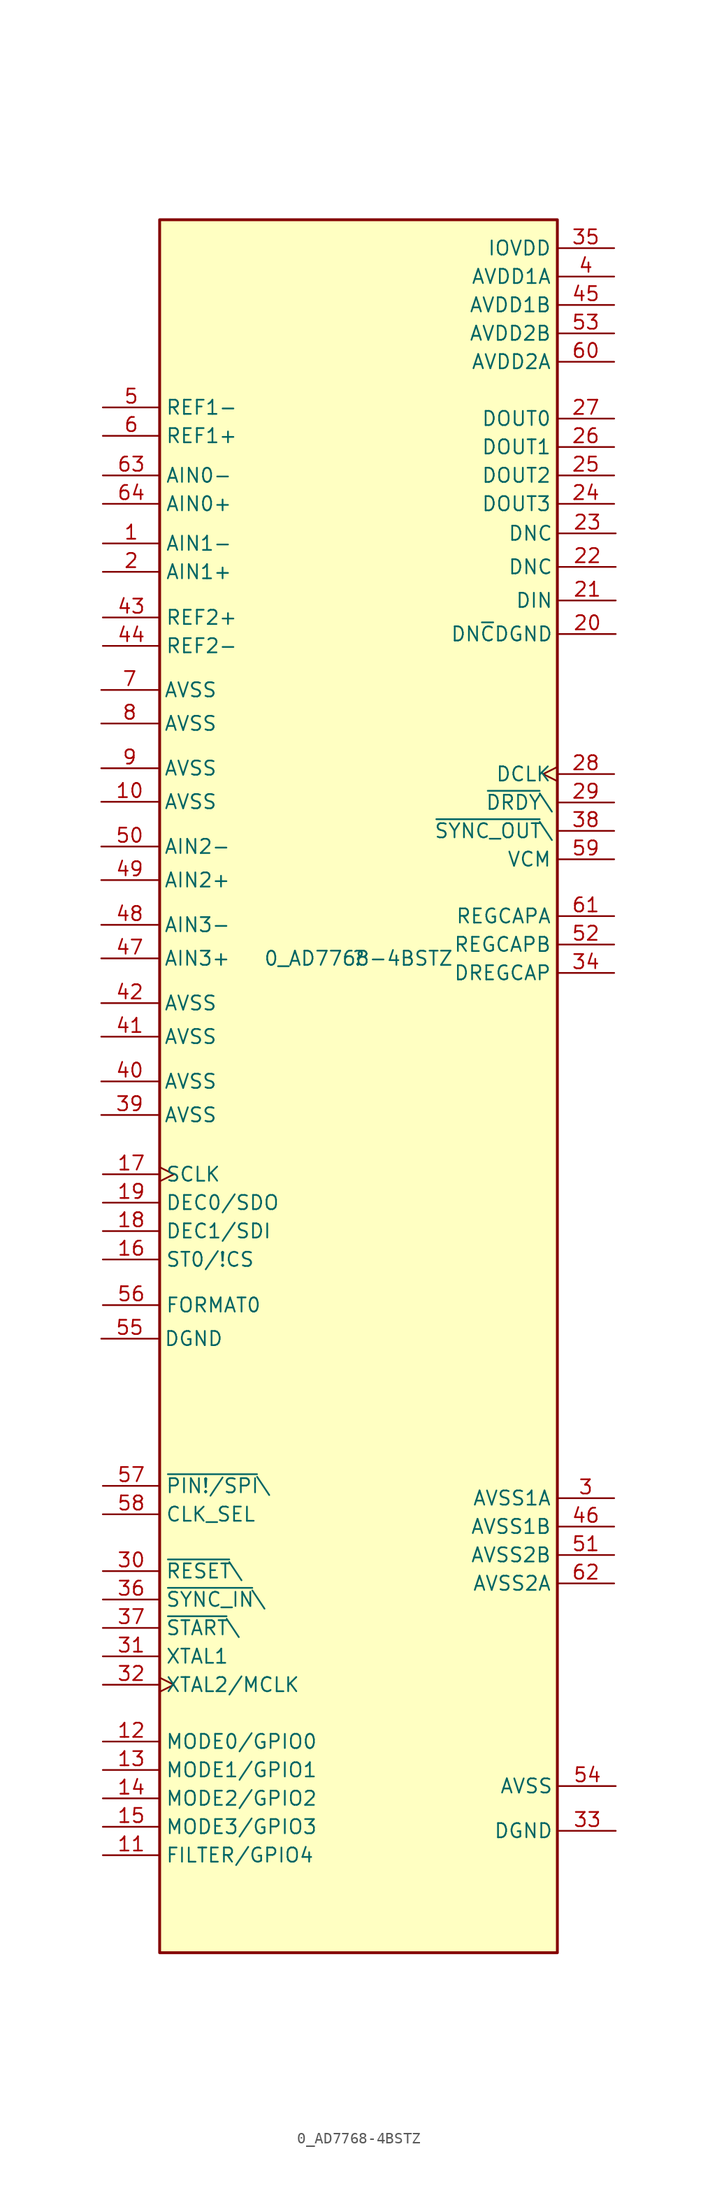
<source format=kicad_sym>
(kicad_symbol_lib
  (version 20211014)
  (generator kicad_symbol_editor)
  (symbol "0_AD7768-4BSTZ"
    (property "Reference" ""
      (at 0 0 0)
      (effects (font (size 1.27 1.27))))
    (property "Value" "0_AD7768-4BSTZ"
      (at 0 0 0)
      (effects (font (size 1.27 1.27))))
    (symbol "0_AD7768-4BSTZ_1_0"
      (rectangle (start 17.78 66.04) (end -17.78 -88.9) (stroke (width 0.254) (type default) (color 0 0 0 0)) (fill (type background)))
      (pin input line (at -22.86 37.1 0) (length 5.08) (name "AIN1-" (effects (font (size 1.27 1.27)))) (number "1" (effects (font (size 1.27 1.27)))))
      (pin input line (at -23 14 0) (length 5.08) (name "AVSS" (effects (font (size 1.27 1.27)))) (number "10" (effects (font (size 1.27 1.27)))))
      (pin bidirectional line (at -22.86 -80.18 0) (length 5.08) (name "FILTER/GPIO4" (effects (font (size 1.27 1.27)))) (number "11" (effects (font (size 1.27 1.27)))))
      (pin bidirectional line (at -22.86 -70.02 0) (length 5.08) (name "MODE0/GPIO0" (effects (font (size 1.27 1.27)))) (number "12" (effects (font (size 1.27 1.27)))))
      (pin bidirectional line (at -22.86 -72.56 0) (length 5.08) (name "MODE1/GPIO1" (effects (font (size 1.27 1.27)))) (number "13" (effects (font (size 1.27 1.27)))))
      (pin bidirectional line (at -22.86 -75.1 0) (length 5.08) (name "MODE2/GPIO2" (effects (font (size 1.27 1.27)))) (number "14" (effects (font (size 1.27 1.27)))))
      (pin bidirectional line (at -22.86 -77.64 0) (length 5.08) (name "MODE3/GPIO3" (effects (font (size 1.27 1.27)))) (number "15" (effects (font (size 1.27 1.27)))))
      (pin input line (at -22.86 -26.92 0) (length 5.08) (name "ST0/!CS" (effects (font (size 1.27 1.27)))) (number "16" (effects (font (size 1.27 1.27)))))
      (pin input clock (at -22.86 -19.3 0) (length 5.08) (name "SCLK" (effects (font (size 1.27 1.27)))) (number "17" (effects (font (size 1.27 1.27)))))
      (pin input line (at -22.86 -24.38 0) (length 5.08) (name "DEC1/SDI" (effects (font (size 1.27 1.27)))) (number "18" (effects (font (size 1.27 1.27)))))
      (pin bidirectional line (at -22.86 -21.84 0) (length 5.08) (name "DEC0/SDO" (effects (font (size 1.27 1.27)))) (number "19" (effects (font (size 1.27 1.27)))))
      (pin input line (at -22.86 34.56 0) (length 5.08) (name "AIN1+" (effects (font (size 1.27 1.27)))) (number "2" (effects (font (size 1.27 1.27)))))
      (pin output line (at 23 29 180) (length 5.08) (name "DN~{C}DGND" (effects (font (size 1.27 1.27)))) (number "20" (effects (font (size 1.27 1.27)))))
      (pin output line (at 23 32 180) (length 5.08) (name "DIN" (effects (font (size 1.27 1.27)))) (number "21" (effects (font (size 1.27 1.27)))))
      (pin output line (at 23 35 180) (length 5.08) (name "DNC" (effects (font (size 1.27 1.27)))) (number "22" (effects (font (size 1.27 1.27)))))
      (pin output line (at 23 38 180) (length 5.08) (name "DNC" (effects (font (size 1.27 1.27)))) (number "23" (effects (font (size 1.27 1.27)))))
      (pin output line (at 22.86 40.64 180) (length 5.08) (name "DOUT3" (effects (font (size 1.27 1.27)))) (number "24" (effects (font (size 1.27 1.27)))))
      (pin output line (at 22.86 43.18 180) (length 5.08) (name "DOUT2" (effects (font (size 1.27 1.27)))) (number "25" (effects (font (size 1.27 1.27)))))
      (pin output line (at 22.86 45.72 180) (length 5.08) (name "DOUT1" (effects (font (size 1.27 1.27)))) (number "26" (effects (font (size 1.27 1.27)))))
      (pin output line (at 22.86 48.26 180) (length 5.08) (name "DOUT0" (effects (font (size 1.27 1.27)))) (number "27" (effects (font (size 1.27 1.27)))))
      (pin output clock (at 22.86 16.48 180) (length 5.08) (name "DCLK" (effects (font (size 1.27 1.27)))) (number "28" (effects (font (size 1.27 1.27)))))
      (pin output line (at 22.86 13.94 180) (length 5.08) (name "~{DRDY}\\" (effects (font (size 1.27 1.27)))) (number "29" (effects (font (size 1.27 1.27)))))
      (pin power_in line (at 22.86 -48.26 180) (length 5.08) (name "AVSS1A" (effects (font (size 1.27 1.27)))) (number "3" (effects (font (size 1.27 1.27)))))
      (pin input line (at -22.86 -54.78 0) (length 5.08) (name "~{RESET}\\" (effects (font (size 1.27 1.27)))) (number "30" (effects (font (size 1.27 1.27)))))
      (pin input line (at -22.86 -62.4 0) (length 5.08) (name "XTAL1" (effects (font (size 1.27 1.27)))) (number "31" (effects (font (size 1.27 1.27)))))
      (pin input clock (at -22.86 -64.94 0) (length 5.08) (name "XTAL2/MCLK" (effects (font (size 1.27 1.27)))) (number "32" (effects (font (size 1.27 1.27)))))
      (pin power_in line (at 23 -78 180) (length 5.08) (name "DGND" (effects (font (size 1.27 1.27)))) (number "33" (effects (font (size 1.27 1.27)))))
      (pin output line (at 22.86 -1.3 180) (length 5.08) (name "DREGCAP" (effects (font (size 1.27 1.27)))) (number "34" (effects (font (size 1.27 1.27)))))
      (pin power_in line (at 22.86 63.5 180) (length 5.08) (name "IOVDD" (effects (font (size 1.27 1.27)))) (number "35" (effects (font (size 1.27 1.27)))))
      (pin input line (at -22.86 -57.32 0) (length 5.08) (name "~{SYNC_IN}\\" (effects (font (size 1.27 1.27)))) (number "36" (effects (font (size 1.27 1.27)))))
      (pin input line (at -22.86 -59.86 0) (length 5.08) (name "~{START}\\" (effects (font (size 1.27 1.27)))) (number "37" (effects (font (size 1.27 1.27)))))
      (pin output line (at 22.86 11.4 180) (length 5.08) (name "~{SYNC_OUT}\\" (effects (font (size 1.27 1.27)))) (number "38" (effects (font (size 1.27 1.27)))))
      (pin input line (at -23 -14 0) (length 5.08) (name "AVSS" (effects (font (size 1.27 1.27)))) (number "39" (effects (font (size 1.27 1.27)))))
      (pin power_in line (at 22.86 60.96 180) (length 5.08) (name "AVDD1A" (effects (font (size 1.27 1.27)))) (number "4" (effects (font (size 1.27 1.27)))))
      (pin input line (at -23 -11 0) (length 5.08) (name "AVSS" (effects (font (size 1.27 1.27)))) (number "40" (effects (font (size 1.27 1.27)))))
      (pin input line (at -23 -7 0) (length 5.08) (name "AVSS" (effects (font (size 1.27 1.27)))) (number "41" (effects (font (size 1.27 1.27)))))
      (pin input line (at -23 -4 0) (length 5.08) (name "AVSS" (effects (font (size 1.27 1.27)))) (number "42" (effects (font (size 1.27 1.27)))))
      (pin input line (at -22.86 30.48 0) (length 5.08) (name "REF2+" (effects (font (size 1.27 1.27)))) (number "43" (effects (font (size 1.27 1.27)))))
      (pin input line (at -22.86 27.94 0) (length 5.08) (name "REF2-" (effects (font (size 1.27 1.27)))) (number "44" (effects (font (size 1.27 1.27)))))
      (pin power_in line (at 22.86 58.42 180) (length 5.08) (name "AVDD1B" (effects (font (size 1.27 1.27)))) (number "45" (effects (font (size 1.27 1.27)))))
      (pin power_in line (at 22.86 -50.8 180) (length 5.08) (name "AVSS1B" (effects (font (size 1.27 1.27)))) (number "46" (effects (font (size 1.27 1.27)))))
      (pin input line (at -23 0 0) (length 5.08) (name "AIN3+" (effects (font (size 1.27 1.27)))) (number "47" (effects (font (size 1.27 1.27)))))
      (pin input line (at -23 3 0) (length 5.08) (name "AIN3-" (effects (font (size 1.27 1.27)))) (number "48" (effects (font (size 1.27 1.27)))))
      (pin input line (at -23 7 0) (length 5.08) (name "AIN2+" (effects (font (size 1.27 1.27)))) (number "49" (effects (font (size 1.27 1.27)))))
      (pin input line (at -22.86 49.26 0) (length 5.08) (name "REF1-" (effects (font (size 1.27 1.27)))) (number "5" (effects (font (size 1.27 1.27)))))
      (pin input line (at -23 10 0) (length 5.08) (name "AIN2-" (effects (font (size 1.27 1.27)))) (number "50" (effects (font (size 1.27 1.27)))))
      (pin power_in line (at 22.86 -53.34 180) (length 5.08) (name "AVSS2B" (effects (font (size 1.27 1.27)))) (number "51" (effects (font (size 1.27 1.27)))))
      (pin output line (at 22.86 1.24 180) (length 5.08) (name "REGCAPB" (effects (font (size 1.27 1.27)))) (number "52" (effects (font (size 1.27 1.27)))))
      (pin power_in line (at 22.86 55.88 180) (length 5.08) (name "AVDD2B" (effects (font (size 1.27 1.27)))) (number "53" (effects (font (size 1.27 1.27)))))
      (pin power_in line (at 23 -74 180) (length 5.08) (name "AVSS" (effects (font (size 1.27 1.27)))) (number "54" (effects (font (size 1.27 1.27)))))
      (pin input line (at -23 -34 0) (length 5.08) (name "DGND" (effects (font (size 1.27 1.27)))) (number "55" (effects (font (size 1.27 1.27)))))
      (pin input line (at -22.86 -31 0) (length 5.08) (name "FORMAT0" (effects (font (size 1.27 1.27)))) (number "56" (effects (font (size 1.27 1.27)))))
      (pin input line (at -22.86 -47.16 0) (length 5.08) (name "~{PIN!/SPI}\\" (effects (font (size 1.27 1.27)))) (number "57" (effects (font (size 1.27 1.27)))))
      (pin input line (at -22.86 -49.7 0) (length 5.08) (name "CLK_SEL" (effects (font (size 1.27 1.27)))) (number "58" (effects (font (size 1.27 1.27)))))
      (pin output line (at 22.86 8.86 180) (length 5.08) (name "VCM" (effects (font (size 1.27 1.27)))) (number "59" (effects (font (size 1.27 1.27)))))
      (pin input line (at -22.86 46.72 0) (length 5.08) (name "REF1+" (effects (font (size 1.27 1.27)))) (number "6" (effects (font (size 1.27 1.27)))))
      (pin power_in line (at 22.86 53.34 180) (length 5.08) (name "AVDD2A" (effects (font (size 1.27 1.27)))) (number "60" (effects (font (size 1.27 1.27)))))
      (pin output line (at 22.86 3.78 180) (length 5.08) (name "REGCAPA" (effects (font (size 1.27 1.27)))) (number "61" (effects (font (size 1.27 1.27)))))
      (pin power_in line (at 22.86 -55.88 180) (length 5.08) (name "AVSS2A" (effects (font (size 1.27 1.27)))) (number "62" (effects (font (size 1.27 1.27)))))
      (pin input line (at -22.86 43.18 0) (length 5.08) (name "AIN0-" (effects (font (size 1.27 1.27)))) (number "63" (effects (font (size 1.27 1.27)))))
      (pin input line (at -22.86 40.64 0) (length 5.08) (name "AIN0+" (effects (font (size 1.27 1.27)))) (number "64" (effects (font (size 1.27 1.27)))))
      (pin input line (at -23 24 0) (length 5.08) (name "AVSS" (effects (font (size 1.27 1.27)))) (number "7" (effects (font (size 1.27 1.27)))))
      (pin input line (at -23 21 0) (length 5.08) (name "AVSS" (effects (font (size 1.27 1.27)))) (number "8" (effects (font (size 1.27 1.27)))))
      (pin input line (at -23 17 0) (length 5.08) (name "AVSS" (effects (font (size 1.27 1.27)))) (number "9" (effects (font (size 1.27 1.27))))))))
</source>
